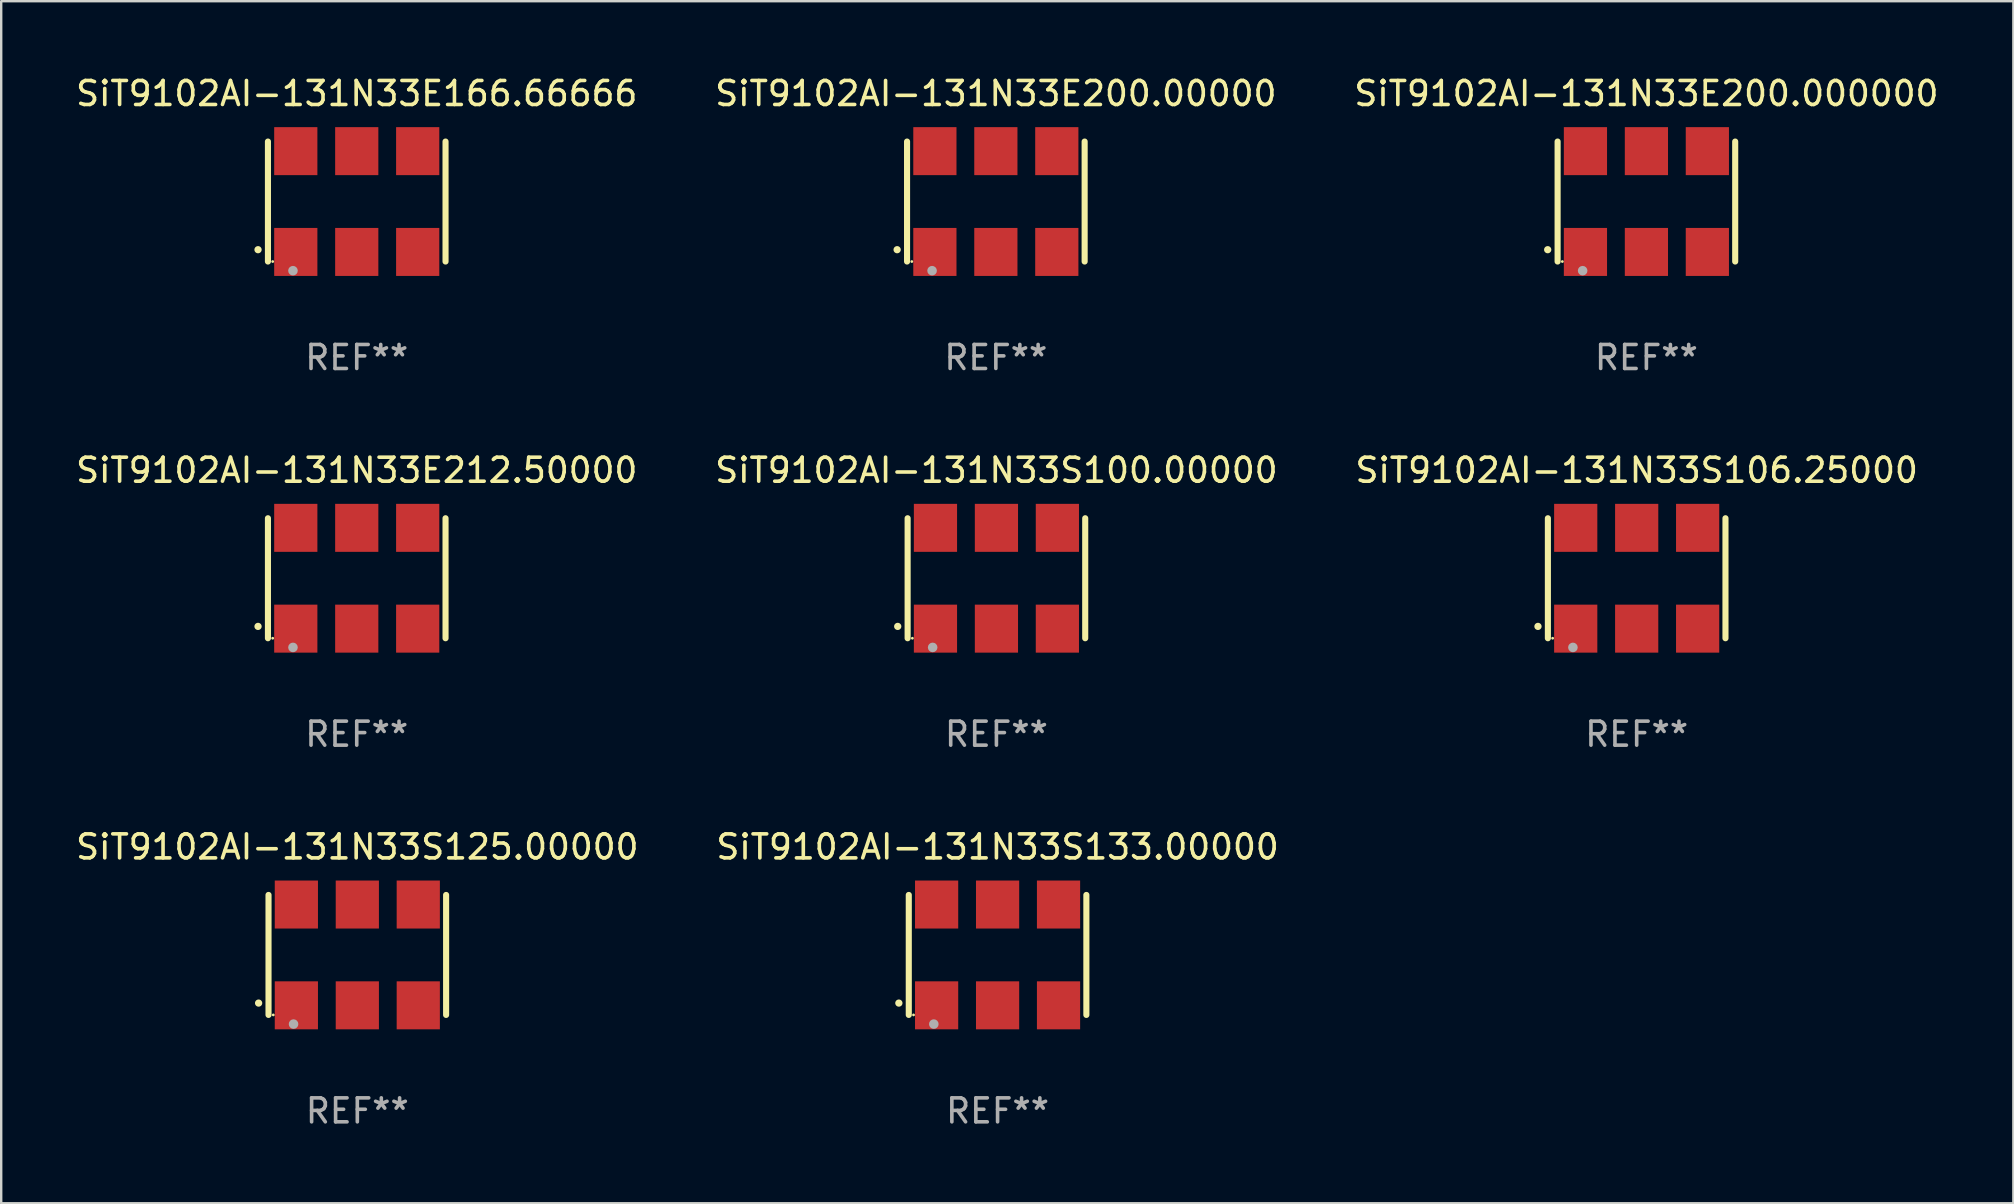
<source format=kicad_pcb>
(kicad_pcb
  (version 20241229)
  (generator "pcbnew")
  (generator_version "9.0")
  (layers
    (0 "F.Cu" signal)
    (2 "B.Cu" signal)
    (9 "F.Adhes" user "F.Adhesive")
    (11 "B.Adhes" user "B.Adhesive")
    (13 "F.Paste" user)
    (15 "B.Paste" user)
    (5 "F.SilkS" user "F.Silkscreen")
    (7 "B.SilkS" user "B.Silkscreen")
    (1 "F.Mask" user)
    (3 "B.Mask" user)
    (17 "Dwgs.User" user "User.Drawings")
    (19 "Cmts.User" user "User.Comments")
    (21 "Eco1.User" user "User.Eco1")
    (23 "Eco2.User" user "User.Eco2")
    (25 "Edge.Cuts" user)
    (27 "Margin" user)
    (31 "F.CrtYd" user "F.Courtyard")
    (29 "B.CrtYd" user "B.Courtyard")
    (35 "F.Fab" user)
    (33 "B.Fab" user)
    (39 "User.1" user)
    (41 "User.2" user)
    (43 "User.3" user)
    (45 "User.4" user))
  (footprint "SiT9102AI-131N33E166.66666"
    (layer "F.Cu")
    (at 11.815 5.348)
    (property "Reference" "SiT9102AI-131N33E166.66666" (at 0 -4.5 0) (layer "F.SilkS") (effects (font (size 1 1) (thickness 0.15))))
    (attr through_hole)
    (fp_line (start -3.7 -2.5) (end -3.7 2.5) (stroke (width 0.254) (type solid)) (layer "F.SilkS"))
    (fp_line (start 3.7 -2.5) (end 3.7 2.5) (stroke (width 0.254) (type solid)) (layer "F.SilkS"))
    (fp_arc (start -4.114415 2.006604) (mid -4.113145 2.006599) (end -4.111875 2.006604) (stroke (width 0.3) (type solid)) (layer "F.SilkS"))
    (fp_circle (center -3.502 2.5) (end -3.472 2.5) (stroke (width 0.06) (type solid)) (fill no) (layer "F.SilkS"))
    (fp_circle (center -2.657 2.882) (end -2.557 2.882) (stroke (width 0.2) (type solid)) (fill no) (layer "F.Fab"))
    (fp_text user "REF**" (at 0 6.5 0) (layer "F.Fab") (effects (font (size 1 1) (thickness 0.15))))
    (pad "1" smd rect (at -2.54 2.1) (size 1.8 2) (layers "F.Cu" "F.Mask" "F.Paste"))
    (pad "2" smd rect (at 0.000394 2.1) (size 1.8 2) (layers "F.Cu" "F.Mask" "F.Paste"))
    (pad "3" smd rect (at 2.54 2.1) (size 1.8 2) (layers "F.Cu" "F.Mask" "F.Paste"))
    (pad "4" smd rect (at 2.54 -2.1) (size 1.8 2) (layers "F.Cu" "F.Mask" "F.Paste"))
    (pad "5" smd rect (at 0.000394 -2.1) (size 1.8 2) (layers "F.Cu" "F.Mask" "F.Paste"))
    (pad "6" smd rect (at -2.54 -2.1) (size 1.8 2) (layers "F.Cu" "F.Mask" "F.Paste")))
  (footprint "SiT9102AI-131N33S125.00000"
    (layer "F.Cu")
    (at 11.839 36.741)
    (property "Reference" "SiT9102AI-131N33S125.00000" (at 0 -4.5 0) (layer "F.SilkS") (effects (font (size 1 1) (thickness 0.15))))
    (attr through_hole)
    (fp_line (start -3.7 -2.5) (end -3.7 2.5) (stroke (width 0.254) (type solid)) (layer "F.SilkS"))
    (fp_line (start 3.7 -2.5) (end 3.7 2.5) (stroke (width 0.254) (type solid)) (layer "F.SilkS"))
    (fp_arc (start -4.114415 2.006604) (mid -4.113145 2.006599) (end -4.111875 2.006604) (stroke (width 0.3) (type solid)) (layer "F.SilkS"))
    (fp_circle (center -3.502 2.5) (end -3.472 2.5) (stroke (width 0.06) (type solid)) (fill no) (layer "F.SilkS"))
    (fp_circle (center -2.657 2.882) (end -2.557 2.882) (stroke (width 0.2) (type solid)) (fill no) (layer "F.Fab"))
    (fp_text user "REF**" (at 0 6.5 0) (layer "F.Fab") (effects (font (size 1 1) (thickness 0.15))))
    (pad "1" smd rect (at -2.54 2.1) (size 1.8 2) (layers "F.Cu" "F.Mask" "F.Paste"))
    (pad "2" smd rect (at 0.000394 2.1) (size 1.8 2) (layers "F.Cu" "F.Mask" "F.Paste"))
    (pad "3" smd rect (at 2.54 2.1) (size 1.8 2) (layers "F.Cu" "F.Mask" "F.Paste"))
    (pad "4" smd rect (at 2.54 -2.1) (size 1.8 2) (layers "F.Cu" "F.Mask" "F.Paste"))
    (pad "5" smd rect (at 0.000394 -2.1) (size 1.8 2) (layers "F.Cu" "F.Mask" "F.Paste"))
    (pad "6" smd rect (at -2.54 -2.1) (size 1.8 2) (layers "F.Cu" "F.Mask" "F.Paste")))
  (footprint "SiT9102AI-131N33E200.000000"
    (layer "F.Cu")
    (at 65.554 5.348)
    (property "Reference" "SiT9102AI-131N33E200.000000" (at 0 -4.5 0) (layer "F.SilkS") (effects (font (size 1 1) (thickness 0.15))))
    (attr through_hole)
    (fp_line (start -3.7 -2.5) (end -3.7 2.5) (stroke (width 0.254) (type solid)) (layer "F.SilkS"))
    (fp_line (start 3.7 -2.5) (end 3.7 2.5) (stroke (width 0.254) (type solid)) (layer "F.SilkS"))
    (fp_arc (start -4.114415 2.006604) (mid -4.113145 2.006599) (end -4.111875 2.006604) (stroke (width 0.3) (type solid)) (layer "F.SilkS"))
    (fp_circle (center -3.502 2.5) (end -3.472 2.5) (stroke (width 0.06) (type solid)) (fill no) (layer "F.SilkS"))
    (fp_circle (center -2.657 2.882) (end -2.557 2.882) (stroke (width 0.2) (type solid)) (fill no) (layer "F.Fab"))
    (fp_text user "REF**" (at 0 6.5 0) (layer "F.Fab") (effects (font (size 1 1) (thickness 0.15))))
    (pad "1" smd rect (at -2.54 2.1) (size 1.8 2) (layers "F.Cu" "F.Mask" "F.Paste"))
    (pad "2" smd rect (at 0.000394 2.1) (size 1.8 2) (layers "F.Cu" "F.Mask" "F.Paste"))
    (pad "3" smd rect (at 2.54 2.1) (size 1.8 2) (layers "F.Cu" "F.Mask" "F.Paste"))
    (pad "4" smd rect (at 2.54 -2.1) (size 1.8 2) (layers "F.Cu" "F.Mask" "F.Paste"))
    (pad "5" smd rect (at 0.000394 -2.1) (size 1.8 2) (layers "F.Cu" "F.Mask" "F.Paste"))
    (pad "6" smd rect (at -2.54 -2.1) (size 1.8 2) (layers "F.Cu" "F.Mask" "F.Paste")))
  (footprint "SiT9102AI-131N33E200.00000"
    (layer "F.Cu")
    (at 38.446 5.348)
    (property "Reference" "SiT9102AI-131N33E200.00000" (at 0 -4.5 0) (layer "F.SilkS") (effects (font (size 1 1) (thickness 0.15))))
    (attr through_hole)
    (fp_line (start -3.7 -2.5) (end -3.7 2.5) (stroke (width 0.254) (type solid)) (layer "F.SilkS"))
    (fp_line (start 3.7 -2.5) (end 3.7 2.5) (stroke (width 0.254) (type solid)) (layer "F.SilkS"))
    (fp_arc (start -4.114415 2.006604) (mid -4.113145 2.006599) (end -4.111875 2.006604) (stroke (width 0.3) (type solid)) (layer "F.SilkS"))
    (fp_circle (center -3.502 2.5) (end -3.472 2.5) (stroke (width 0.06) (type solid)) (fill no) (layer "F.SilkS"))
    (fp_circle (center -2.657 2.882) (end -2.557 2.882) (stroke (width 0.2) (type solid)) (fill no) (layer "F.Fab"))
    (fp_text user "REF**" (at 0 6.5 0) (layer "F.Fab") (effects (font (size 1 1) (thickness 0.15))))
    (pad "1" smd rect (at -2.54 2.1) (size 1.8 2) (layers "F.Cu" "F.Mask" "F.Paste"))
    (pad "2" smd rect (at 0.000394 2.1) (size 1.8 2) (layers "F.Cu" "F.Mask" "F.Paste"))
    (pad "3" smd rect (at 2.54 2.1) (size 1.8 2) (layers "F.Cu" "F.Mask" "F.Paste"))
    (pad "4" smd rect (at 2.54 -2.1) (size 1.8 2) (layers "F.Cu" "F.Mask" "F.Paste"))
    (pad "5" smd rect (at 0.000394 -2.1) (size 1.8 2) (layers "F.Cu" "F.Mask" "F.Paste"))
    (pad "6" smd rect (at -2.54 -2.1) (size 1.8 2) (layers "F.Cu" "F.Mask" "F.Paste")))
  (footprint "SiT9102AI-131N33S133.00000"
    (layer "F.Cu")
    (at 38.518 36.741)
    (property "Reference" "SiT9102AI-131N33S133.00000" (at 0 -4.5 0) (layer "F.SilkS") (effects (font (size 1 1) (thickness 0.15))))
    (attr through_hole)
    (fp_line (start -3.7 -2.5) (end -3.7 2.5) (stroke (width 0.254) (type solid)) (layer "F.SilkS"))
    (fp_line (start 3.7 -2.5) (end 3.7 2.5) (stroke (width 0.254) (type solid)) (layer "F.SilkS"))
    (fp_arc (start -4.114415 2.006604) (mid -4.113145 2.006599) (end -4.111875 2.006604) (stroke (width 0.3) (type solid)) (layer "F.SilkS"))
    (fp_circle (center -3.502 2.5) (end -3.472 2.5) (stroke (width 0.06) (type solid)) (fill no) (layer "F.SilkS"))
    (fp_circle (center -2.657 2.882) (end -2.557 2.882) (stroke (width 0.2) (type solid)) (fill no) (layer "F.Fab"))
    (fp_text user "REF**" (at 0 6.5 0) (layer "F.Fab") (effects (font (size 1 1) (thickness 0.15))))
    (pad "1" smd rect (at -2.54 2.1) (size 1.8 2) (layers "F.Cu" "F.Mask" "F.Paste"))
    (pad "2" smd rect (at 0.000394 2.1) (size 1.8 2) (layers "F.Cu" "F.Mask" "F.Paste"))
    (pad "3" smd rect (at 2.54 2.1) (size 1.8 2) (layers "F.Cu" "F.Mask" "F.Paste"))
    (pad "4" smd rect (at 2.54 -2.1) (size 1.8 2) (layers "F.Cu" "F.Mask" "F.Paste"))
    (pad "5" smd rect (at 0.000394 -2.1) (size 1.8 2) (layers "F.Cu" "F.Mask" "F.Paste"))
    (pad "6" smd rect (at -2.54 -2.1) (size 1.8 2) (layers "F.Cu" "F.Mask" "F.Paste")))
  (footprint "SiT9102AI-131N33S106.25000"
    (layer "F.Cu")
    (at 65.149 21.045)
    (property "Reference" "SiT9102AI-131N33S106.25000" (at 0 -4.5 0) (layer "F.SilkS") (effects (font (size 1 1) (thickness 0.15))))
    (attr through_hole)
    (fp_line (start -3.7 -2.5) (end -3.7 2.5) (stroke (width 0.254) (type solid)) (layer "F.SilkS"))
    (fp_line (start 3.7 -2.5) (end 3.7 2.5) (stroke (width 0.254) (type solid)) (layer "F.SilkS"))
    (fp_arc (start -4.114415 2.006604) (mid -4.113145 2.006599) (end -4.111875 2.006604) (stroke (width 0.3) (type solid)) (layer "F.SilkS"))
    (fp_circle (center -3.502 2.5) (end -3.472 2.5) (stroke (width 0.06) (type solid)) (fill no) (layer "F.SilkS"))
    (fp_circle (center -2.657 2.882) (end -2.557 2.882) (stroke (width 0.2) (type solid)) (fill no) (layer "F.Fab"))
    (fp_text user "REF**" (at 0 6.5 0) (layer "F.Fab") (effects (font (size 1 1) (thickness 0.15))))
    (pad "1" smd rect (at -2.54 2.1) (size 1.8 2) (layers "F.Cu" "F.Mask" "F.Paste"))
    (pad "2" smd rect (at 0.000394 2.1) (size 1.8 2) (layers "F.Cu" "F.Mask" "F.Paste"))
    (pad "3" smd rect (at 2.54 2.1) (size 1.8 2) (layers "F.Cu" "F.Mask" "F.Paste"))
    (pad "4" smd rect (at 2.54 -2.1) (size 1.8 2) (layers "F.Cu" "F.Mask" "F.Paste"))
    (pad "5" smd rect (at 0.000394 -2.1) (size 1.8 2) (layers "F.Cu" "F.Mask" "F.Paste"))
    (pad "6" smd rect (at -2.54 -2.1) (size 1.8 2) (layers "F.Cu" "F.Mask" "F.Paste")))
  (footprint "SiT9102AI-131N33E212.50000"
    (layer "F.Cu")
    (at 11.815 21.045)
    (property "Reference" "SiT9102AI-131N33E212.50000" (at 0 -4.5 0) (layer "F.SilkS") (effects (font (size 1 1) (thickness 0.15))))
    (attr through_hole)
    (fp_line (start -3.7 -2.5) (end -3.7 2.5) (stroke (width 0.254) (type solid)) (layer "F.SilkS"))
    (fp_line (start 3.7 -2.5) (end 3.7 2.5) (stroke (width 0.254) (type solid)) (layer "F.SilkS"))
    (fp_arc (start -4.114415 2.006604) (mid -4.113145 2.006599) (end -4.111875 2.006604) (stroke (width 0.3) (type solid)) (layer "F.SilkS"))
    (fp_circle (center -3.502 2.5) (end -3.472 2.5) (stroke (width 0.06) (type solid)) (fill no) (layer "F.SilkS"))
    (fp_circle (center -2.657 2.882) (end -2.557 2.882) (stroke (width 0.2) (type solid)) (fill no) (layer "F.Fab"))
    (fp_text user "REF**" (at 0 6.5 0) (layer "F.Fab") (effects (font (size 1 1) (thickness 0.15))))
    (pad "1" smd rect (at -2.54 2.1) (size 1.8 2) (layers "F.Cu" "F.Mask" "F.Paste"))
    (pad "2" smd rect (at 0.000394 2.1) (size 1.8 2) (layers "F.Cu" "F.Mask" "F.Paste"))
    (pad "3" smd rect (at 2.54 2.1) (size 1.8 2) (layers "F.Cu" "F.Mask" "F.Paste"))
    (pad "4" smd rect (at 2.54 -2.1) (size 1.8 2) (layers "F.Cu" "F.Mask" "F.Paste"))
    (pad "5" smd rect (at 0.000394 -2.1) (size 1.8 2) (layers "F.Cu" "F.Mask" "F.Paste"))
    (pad "6" smd rect (at -2.54 -2.1) (size 1.8 2) (layers "F.Cu" "F.Mask" "F.Paste")))
  (footprint "SiT9102AI-131N33S100.00000"
    (layer "F.Cu")
    (at 38.47 21.045)
    (property "Reference" "SiT9102AI-131N33S100.00000" (at 0 -4.5 0) (layer "F.SilkS") (effects (font (size 1 1) (thickness 0.15))))
    (attr through_hole)
    (fp_line (start -3.7 -2.5) (end -3.7 2.5) (stroke (width 0.254) (type solid)) (layer "F.SilkS"))
    (fp_line (start 3.7 -2.5) (end 3.7 2.5) (stroke (width 0.254) (type solid)) (layer "F.SilkS"))
    (fp_arc (start -4.114415 2.006604) (mid -4.113145 2.006599) (end -4.111875 2.006604) (stroke (width 0.3) (type solid)) (layer "F.SilkS"))
    (fp_circle (center -3.502 2.5) (end -3.472 2.5) (stroke (width 0.06) (type solid)) (fill no) (layer "F.SilkS"))
    (fp_circle (center -2.657 2.882) (end -2.557 2.882) (stroke (width 0.2) (type solid)) (fill no) (layer "F.Fab"))
    (fp_text user "REF**" (at 0 6.5 0) (layer "F.Fab") (effects (font (size 1 1) (thickness 0.15))))
    (pad "1" smd rect (at -2.54 2.1) (size 1.8 2) (layers "F.Cu" "F.Mask" "F.Paste"))
    (pad "2" smd rect (at 0.000394 2.1) (size 1.8 2) (layers "F.Cu" "F.Mask" "F.Paste"))
    (pad "3" smd rect (at 2.54 2.1) (size 1.8 2) (layers "F.Cu" "F.Mask" "F.Paste"))
    (pad "4" smd rect (at 2.54 -2.1) (size 1.8 2) (layers "F.Cu" "F.Mask" "F.Paste"))
    (pad "5" smd rect (at 0.000394 -2.1) (size 1.8 2) (layers "F.Cu" "F.Mask" "F.Paste"))
    (pad "6" smd rect (at -2.54 -2.1) (size 1.8 2) (layers "F.Cu" "F.Mask" "F.Paste")))
  (gr_rect
    (start -3 -3)
    (end 80.845 47.09)
    (stroke (width 0.1) (type default))
    (fill no)
    (layer "Edge.Cuts")))
</source>
